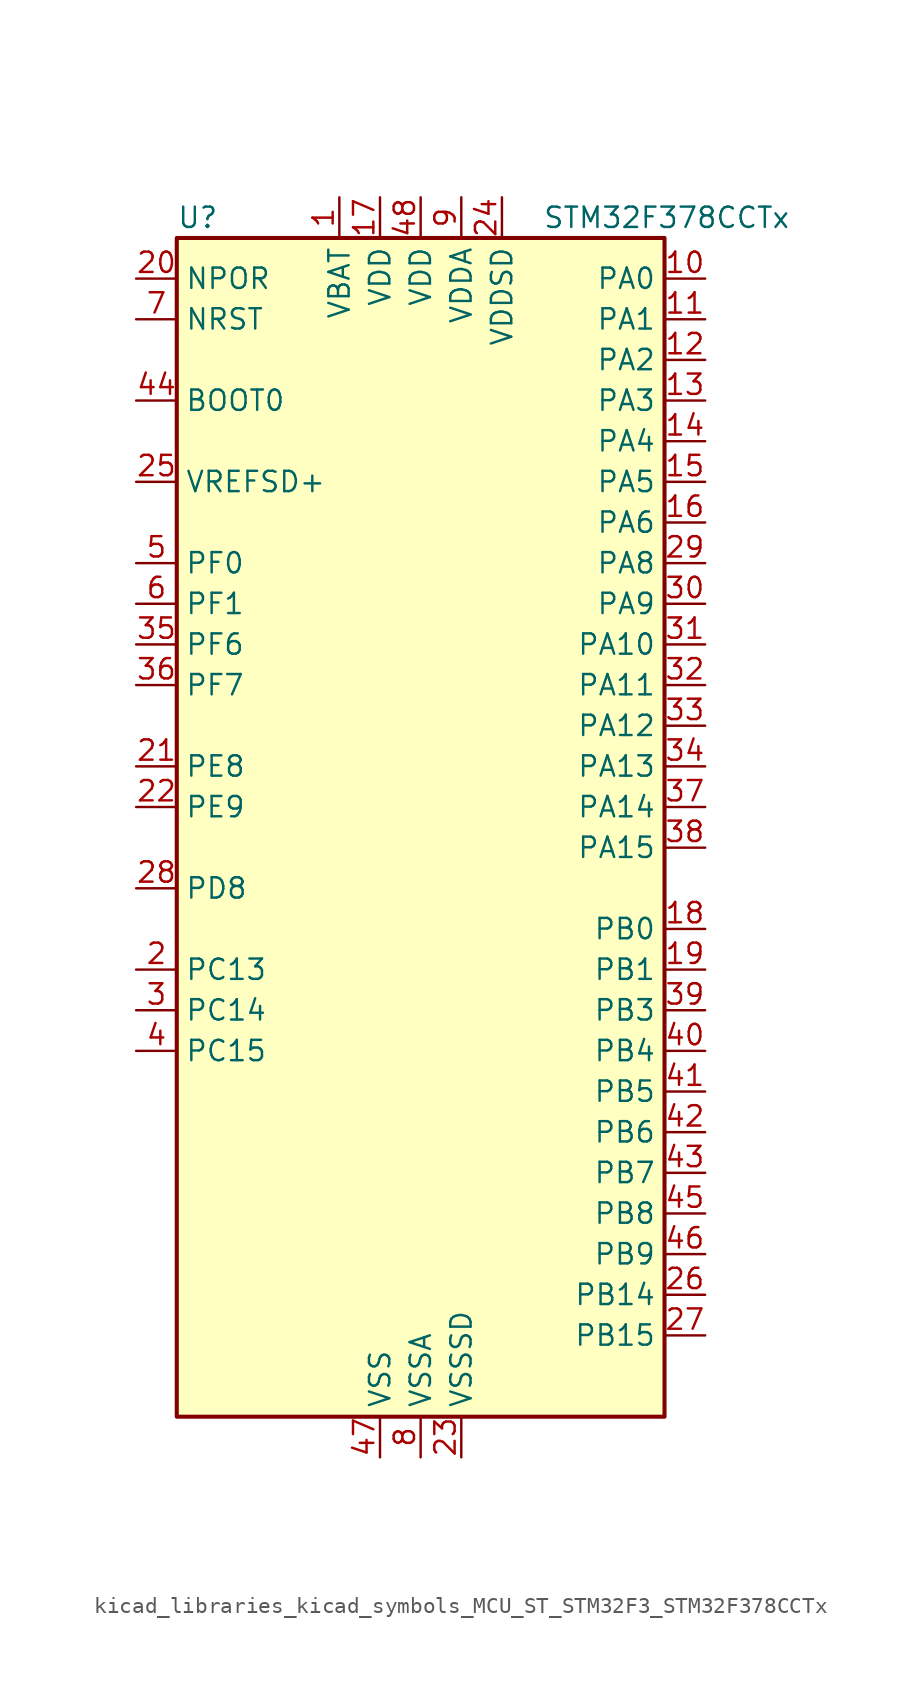
<source format=kicad_sym>
(kicad_symbol_lib
  (version 20220914)
  (generator kicad_symbol_editor)
  (symbol "kicad_libraries_kicad_symbols_MCU_ST_STM32F3_STM32F378CCTx"
    (property "Reference" "U"
      (at -15.24 39.37 0)
      (effects (font (size 1.27 1.27)) (justify left)))
    (property "Value" "STM32F378CCTx"
      (at 7.62 39.37 0)
      (effects (font (size 1.27 1.27)) (justify left)))
    (property "ki_locked" ""
      (at 0 0 0)
      (effects (font (size 1.27 1.27))))
    (symbol "kicad_libraries_kicad_symbols_MCU_ST_STM32F3_STM32F378CCTx_0_1"
      (rectangle (start -15.24 -35.56) (end 15.24 38.1) (stroke (width 0.254) (type default)) (fill (type background))))
    (symbol "kicad_libraries_kicad_symbols_MCU_ST_STM32F3_STM32F378CCTx_1_1"
      (pin power_in line (at -5.08 40.64 270) (length 2.54) (name "VBAT" (effects (font (size 1.27 1.27)))) (number "1" (effects (font (size 1.27 1.27)))))
      (pin bidirectional line (at 17.78 35.56 180) (length 2.54) (name "PA0" (effects (font (size 1.27 1.27)))) (number "10" (effects (font (size 1.27 1.27)))) (alternate "ADC1_IN0" bidirectional line) (alternate "COMP1_INM" bidirectional line) (alternate "COMP1_OUT" bidirectional line) (alternate "RTC_TAMP2" bidirectional line) (alternate "SYS_WKUP1" bidirectional line) (alternate "TIM19_CH1" bidirectional line) (alternate "TIM2_CH1" bidirectional line) (alternate "TIM2_ETR" bidirectional line) (alternate "TIM5_CH1" bidirectional line) (alternate "TIM5_ETR" bidirectional line) (alternate "TSC_G1_IO1" bidirectional line) (alternate "USART2_CTS" bidirectional line))
      (pin bidirectional line (at 17.78 33.02 180) (length 2.54) (name "PA1" (effects (font (size 1.27 1.27)))) (number "11" (effects (font (size 1.27 1.27)))) (alternate "ADC1_IN1" bidirectional line) (alternate "COMP1_INP" bidirectional line) (alternate "I2S3_CK" bidirectional line) (alternate "RTC_REFIN" bidirectional line) (alternate "SPI3_SCK" bidirectional line) (alternate "TIM15_CH1N" bidirectional line) (alternate "TIM19_CH2" bidirectional line) (alternate "TIM2_CH2" bidirectional line) (alternate "TIM5_CH2" bidirectional line) (alternate "TSC_G1_IO2" bidirectional line) (alternate "USART2_DE" bidirectional line) (alternate "USART2_RTS" bidirectional line))
      (pin bidirectional line (at 17.78 30.48 180) (length 2.54) (name "PA2" (effects (font (size 1.27 1.27)))) (number "12" (effects (font (size 1.27 1.27)))) (alternate "ADC1_IN2" bidirectional line) (alternate "COMP2_INM" bidirectional line) (alternate "COMP2_OUT" bidirectional line) (alternate "I2S3_MCK" bidirectional line) (alternate "SPI3_MISO" bidirectional line) (alternate "TIM15_CH1" bidirectional line) (alternate "TIM19_CH3" bidirectional line) (alternate "TIM2_CH3" bidirectional line) (alternate "TIM5_CH3" bidirectional line) (alternate "TSC_G1_IO3" bidirectional line) (alternate "USART2_TX" bidirectional line))
      (pin bidirectional line (at 17.78 27.94 180) (length 2.54) (name "PA3" (effects (font (size 1.27 1.27)))) (number "13" (effects (font (size 1.27 1.27)))) (alternate "ADC1_IN3" bidirectional line) (alternate "COMP2_INP" bidirectional line) (alternate "I2S3_SD" bidirectional line) (alternate "SPI3_MOSI" bidirectional line) (alternate "TIM15_CH2" bidirectional line) (alternate "TIM19_CH4" bidirectional line) (alternate "TIM2_CH4" bidirectional line) (alternate "TIM5_CH4" bidirectional line) (alternate "TSC_G1_IO4" bidirectional line) (alternate "USART2_RX" bidirectional line))
      (pin bidirectional line (at 17.78 25.4 180) (length 2.54) (name "PA4" (effects (font (size 1.27 1.27)))) (number "14" (effects (font (size 1.27 1.27)))) (alternate "ADC1_IN4" bidirectional line) (alternate "DAC1_OUT1" bidirectional line) (alternate "I2S1_WS" bidirectional line) (alternate "I2S3_WS" bidirectional line) (alternate "SPI1_NSS" bidirectional line) (alternate "SPI3_NSS" bidirectional line) (alternate "TIM12_CH1" bidirectional line) (alternate "TIM3_CH2" bidirectional line) (alternate "TSC_G2_IO1" bidirectional line) (alternate "USART2_CK" bidirectional line))
      (pin bidirectional line (at 17.78 22.86 180) (length 2.54) (name "PA5" (effects (font (size 1.27 1.27)))) (number "15" (effects (font (size 1.27 1.27)))) (alternate "ADC1_IN5" bidirectional line) (alternate "CEC" bidirectional line) (alternate "DAC1_OUT2" bidirectional line) (alternate "I2S1_CK" bidirectional line) (alternate "SPI1_SCK" bidirectional line) (alternate "TIM12_CH2" bidirectional line) (alternate "TIM14_CH1" bidirectional line) (alternate "TIM2_CH1" bidirectional line) (alternate "TIM2_ETR" bidirectional line) (alternate "TSC_G2_IO2" bidirectional line))
      (pin bidirectional line (at 17.78 20.32 180) (length 2.54) (name "PA6" (effects (font (size 1.27 1.27)))) (number "16" (effects (font (size 1.27 1.27)))) (alternate "ADC1_IN6" bidirectional line) (alternate "COMP1_OUT" bidirectional line) (alternate "DAC2_OUT1" bidirectional line) (alternate "I2S1_MCK" bidirectional line) (alternate "SPI1_MISO" bidirectional line) (alternate "TIM13_CH1" bidirectional line) (alternate "TIM16_CH1" bidirectional line) (alternate "TIM3_CH1" bidirectional line) (alternate "TSC_G2_IO3" bidirectional line))
      (pin power_in line (at -2.54 40.64 270) (length 2.54) (name "VDD" (effects (font (size 1.27 1.27)))) (number "17" (effects (font (size 1.27 1.27)))))
      (pin bidirectional line (at 17.78 -5.08 180) (length 2.54) (name "PB0" (effects (font (size 1.27 1.27)))) (number "18" (effects (font (size 1.27 1.27)))) (alternate "ADC1_IN8" bidirectional line) (alternate "I2S1_SD" bidirectional line) (alternate "SDADC1_AIN6P" bidirectional line) (alternate "SPI1_MOSI" bidirectional line) (alternate "TIM3_CH2" bidirectional line) (alternate "TIM3_CH3" bidirectional line) (alternate "TSC_G3_IO3" bidirectional line))
      (pin bidirectional line (at 17.78 -7.62 180) (length 2.54) (name "PB1" (effects (font (size 1.27 1.27)))) (number "19" (effects (font (size 1.27 1.27)))) (alternate "ADC1_IN9" bidirectional line) (alternate "SDADC1_AIN5P" bidirectional line) (alternate "SDADC1_AIN6M" bidirectional line) (alternate "TIM3_CH4" bidirectional line) (alternate "TSC_G3_IO4" bidirectional line))
      (pin bidirectional line (at -17.78 -7.62 0) (length 2.54) (name "PC13" (effects (font (size 1.27 1.27)))) (number "2" (effects (font (size 1.27 1.27)))) (alternate "RTC_OUT_ALARM" bidirectional line) (alternate "RTC_OUT_CALIB" bidirectional line) (alternate "RTC_TAMP1" bidirectional line) (alternate "RTC_TS" bidirectional line) (alternate "SYS_WKUP2" bidirectional line))
      (pin input line (at -17.78 35.56 0) (length 2.54) (name "NPOR" (effects (font (size 1.27 1.27)))) (number "20" (effects (font (size 1.27 1.27)))))
      (pin bidirectional line (at -17.78 5.08 0) (length 2.54) (name "PE8" (effects (font (size 1.27 1.27)))) (number "21" (effects (font (size 1.27 1.27)))) (alternate "SDADC1_AIN8P" bidirectional line) (alternate "SDADC2_AIN8P" bidirectional line))
      (pin bidirectional line (at -17.78 2.54 0) (length 2.54) (name "PE9" (effects (font (size 1.27 1.27)))) (number "22" (effects (font (size 1.27 1.27)))) (alternate "DAC1_EXTI9" bidirectional line) (alternate "DAC2_EXTI9" bidirectional line) (alternate "SDADC1_AIN7P" bidirectional line) (alternate "SDADC1_AIN8M" bidirectional line) (alternate "SDADC2_AIN7P" bidirectional line) (alternate "SDADC2_AIN8M" bidirectional line))
      (pin power_in line (at 2.54 -38.1 90) (length 2.54) (name "VSSSD" (effects (font (size 1.27 1.27)))) (number "23" (effects (font (size 1.27 1.27)))))
      (pin power_in line (at 5.08 40.64 270) (length 2.54) (name "VDDSD" (effects (font (size 1.27 1.27)))) (number "24" (effects (font (size 1.27 1.27)))))
      (pin input line (at -17.78 22.86 0) (length 2.54) (name "VREFSD+" (effects (font (size 1.27 1.27)))) (number "25" (effects (font (size 1.27 1.27)))))
      (pin bidirectional line (at 17.78 -27.94 180) (length 2.54) (name "PB14" (effects (font (size 1.27 1.27)))) (number "26" (effects (font (size 1.27 1.27)))) (alternate "I2S2_MCK" bidirectional line) (alternate "SDADC3_AIN8P" bidirectional line) (alternate "SPI2_MISO" bidirectional line) (alternate "TIM12_CH1" bidirectional line) (alternate "TIM15_CH1" bidirectional line) (alternate "TSC_G6_IO1" bidirectional line) (alternate "USART3_DE" bidirectional line) (alternate "USART3_RTS" bidirectional line))
      (pin bidirectional line (at 17.78 -30.48 180) (length 2.54) (name "PB15" (effects (font (size 1.27 1.27)))) (number "27" (effects (font (size 1.27 1.27)))) (alternate "ADC1_EXTI15" bidirectional line) (alternate "I2S2_SD" bidirectional line) (alternate "RTC_REFIN" bidirectional line) (alternate "SDADC1_EXTI15" bidirectional line) (alternate "SDADC2_EXTI15" bidirectional line) (alternate "SDADC3_AIN7P" bidirectional line) (alternate "SDADC3_AIN8M" bidirectional line) (alternate "SDADC3_EXTI15" bidirectional line) (alternate "SPI2_MOSI" bidirectional line) (alternate "TIM12_CH2" bidirectional line) (alternate "TIM15_CH1N" bidirectional line) (alternate "TIM15_CH2" bidirectional line) (alternate "TSC_G6_IO2" bidirectional line))
      (pin bidirectional line (at -17.78 -2.54 0) (length 2.54) (name "PD8" (effects (font (size 1.27 1.27)))) (number "28" (effects (font (size 1.27 1.27)))) (alternate "I2S2_CK" bidirectional line) (alternate "SDADC3_AIN6P" bidirectional line) (alternate "SPI2_SCK" bidirectional line) (alternate "TSC_G6_IO3" bidirectional line) (alternate "USART3_TX" bidirectional line))
      (pin bidirectional line (at 17.78 17.78 180) (length 2.54) (name "PA8" (effects (font (size 1.27 1.27)))) (number "29" (effects (font (size 1.27 1.27)))) (alternate "I2C2_SMBA" bidirectional line) (alternate "I2S2_CK" bidirectional line) (alternate "RCC_MCO" bidirectional line) (alternate "SPI2_SCK" bidirectional line) (alternate "TIM4_ETR" bidirectional line) (alternate "TIM5_CH1" bidirectional line) (alternate "TIM5_ETR" bidirectional line) (alternate "USART1_CK" bidirectional line))
      (pin bidirectional line (at -17.78 -10.16 0) (length 2.54) (name "PC14" (effects (font (size 1.27 1.27)))) (number "3" (effects (font (size 1.27 1.27)))) (alternate "RCC_OSC32_IN" bidirectional line))
      (pin bidirectional line (at 17.78 15.24 180) (length 2.54) (name "PA9" (effects (font (size 1.27 1.27)))) (number "30" (effects (font (size 1.27 1.27)))) (alternate "DAC1_EXTI9" bidirectional line) (alternate "DAC2_EXTI9" bidirectional line) (alternate "I2C2_SCL" bidirectional line) (alternate "I2S2_MCK" bidirectional line) (alternate "SPI2_MISO" bidirectional line) (alternate "TIM13_CH1" bidirectional line) (alternate "TIM15_BKIN" bidirectional line) (alternate "TIM2_CH3" bidirectional line) (alternate "TSC_G4_IO1" bidirectional line) (alternate "USART1_TX" bidirectional line))
      (pin bidirectional line (at 17.78 12.7 180) (length 2.54) (name "PA10" (effects (font (size 1.27 1.27)))) (number "31" (effects (font (size 1.27 1.27)))) (alternate "I2C2_SDA" bidirectional line) (alternate "I2S2_SD" bidirectional line) (alternate "SPI2_MOSI" bidirectional line) (alternate "TIM14_CH1" bidirectional line) (alternate "TIM17_BKIN" bidirectional line) (alternate "TIM2_CH4" bidirectional line) (alternate "TSC_G4_IO2" bidirectional line) (alternate "USART1_RX" bidirectional line))
      (pin bidirectional line (at 17.78 10.16 180) (length 2.54) (name "PA11" (effects (font (size 1.27 1.27)))) (number "32" (effects (font (size 1.27 1.27)))) (alternate "ADC1_EXTI11" bidirectional line) (alternate "CAN_RX" bidirectional line) (alternate "COMP1_OUT" bidirectional line) (alternate "I2S1_WS" bidirectional line) (alternate "I2S2_WS" bidirectional line) (alternate "SDADC1_EXTI11" bidirectional line) (alternate "SDADC2_EXTI11" bidirectional line) (alternate "SDADC3_EXTI11" bidirectional line) (alternate "SPI1_NSS" bidirectional line) (alternate "SPI2_NSS" bidirectional line) (alternate "TIM4_CH1" bidirectional line) (alternate "TIM5_CH2" bidirectional line) (alternate "USART1_CTS" bidirectional line))
      (pin bidirectional line (at 17.78 7.62 180) (length 2.54) (name "PA12" (effects (font (size 1.27 1.27)))) (number "33" (effects (font (size 1.27 1.27)))) (alternate "CAN_TX" bidirectional line) (alternate "COMP2_OUT" bidirectional line) (alternate "I2S1_CK" bidirectional line) (alternate "SPI1_SCK" bidirectional line) (alternate "TIM16_CH1" bidirectional line) (alternate "TIM4_CH2" bidirectional line) (alternate "TIM5_CH3" bidirectional line) (alternate "USART1_DE" bidirectional line) (alternate "USART1_RTS" bidirectional line))
      (pin bidirectional line (at 17.78 5.08 180) (length 2.54) (name "PA13" (effects (font (size 1.27 1.27)))) (number "34" (effects (font (size 1.27 1.27)))) (alternate "I2S1_MCK" bidirectional line) (alternate "IR_OUT" bidirectional line) (alternate "SPI1_MISO" bidirectional line) (alternate "SYS_JTMS-SWDIO" bidirectional line) (alternate "TIM16_CH1N" bidirectional line) (alternate "TIM4_CH3" bidirectional line) (alternate "TIM5_CH4" bidirectional line) (alternate "TSC_G4_IO3" bidirectional line) (alternate "USART3_CTS" bidirectional line))
      (pin bidirectional line (at -17.78 12.7 0) (length 2.54) (name "PF6" (effects (font (size 1.27 1.27)))) (number "35" (effects (font (size 1.27 1.27)))) (alternate "I2C2_SCL" bidirectional line) (alternate "I2S1_SD" bidirectional line) (alternate "SPI1_MOSI" bidirectional line) (alternate "TIM4_CH4" bidirectional line) (alternate "USART3_DE" bidirectional line) (alternate "USART3_RTS" bidirectional line))
      (pin bidirectional line (at -17.78 10.16 0) (length 2.54) (name "PF7" (effects (font (size 1.27 1.27)))) (number "36" (effects (font (size 1.27 1.27)))) (alternate "I2C2_SDA" bidirectional line) (alternate "USART2_CK" bidirectional line))
      (pin bidirectional line (at 17.78 2.54 180) (length 2.54) (name "PA14" (effects (font (size 1.27 1.27)))) (number "37" (effects (font (size 1.27 1.27)))) (alternate "I2C1_SDA" bidirectional line) (alternate "SYS_JTCK-SWCLK" bidirectional line) (alternate "TIM12_CH1" bidirectional line) (alternate "TSC_G4_IO4" bidirectional line))
      (pin bidirectional line (at 17.78 0 180) (length 2.54) (name "PA15" (effects (font (size 1.27 1.27)))) (number "38" (effects (font (size 1.27 1.27)))) (alternate "ADC1_EXTI15" bidirectional line) (alternate "I2C1_SCL" bidirectional line) (alternate "I2S1_WS" bidirectional line) (alternate "I2S3_WS" bidirectional line) (alternate "SDADC1_EXTI15" bidirectional line) (alternate "SDADC2_EXTI15" bidirectional line) (alternate "SDADC3_EXTI15" bidirectional line) (alternate "SPI1_NSS" bidirectional line) (alternate "SPI3_NSS" bidirectional line) (alternate "SYS_JTDI" bidirectional line) (alternate "TIM12_CH2" bidirectional line) (alternate "TIM2_CH1" bidirectional line) (alternate "TIM2_ETR" bidirectional line) (alternate "TSC_SYNC" bidirectional line))
      (pin bidirectional line (at 17.78 -10.16 180) (length 2.54) (name "PB3" (effects (font (size 1.27 1.27)))) (number "39" (effects (font (size 1.27 1.27)))) (alternate "I2S1_CK" bidirectional line) (alternate "I2S3_CK" bidirectional line) (alternate "SPI1_SCK" bidirectional line) (alternate "SPI3_SCK" bidirectional line) (alternate "SYS_JTDO-TRACESWO" bidirectional line) (alternate "TIM13_CH1" bidirectional line) (alternate "TIM2_CH2" bidirectional line) (alternate "TIM3_ETR" bidirectional line) (alternate "TIM4_ETR" bidirectional line) (alternate "TSC_G5_IO1" bidirectional line) (alternate "USART2_TX" bidirectional line))
      (pin bidirectional line (at -17.78 -12.7 0) (length 2.54) (name "PC15" (effects (font (size 1.27 1.27)))) (number "4" (effects (font (size 1.27 1.27)))) (alternate "ADC1_EXTI15" bidirectional line) (alternate "RCC_OSC32_OUT" bidirectional line) (alternate "SDADC1_EXTI15" bidirectional line) (alternate "SDADC2_EXTI15" bidirectional line) (alternate "SDADC3_EXTI15" bidirectional line))
      (pin bidirectional line (at 17.78 -12.7 180) (length 2.54) (name "PB4" (effects (font (size 1.27 1.27)))) (number "40" (effects (font (size 1.27 1.27)))) (alternate "I2S1_MCK" bidirectional line) (alternate "I2S3_MCK" bidirectional line) (alternate "SPI1_MISO" bidirectional line) (alternate "SPI3_MISO" bidirectional line) (alternate "SYS_NJTRST" bidirectional line) (alternate "TIM15_CH1N" bidirectional line) (alternate "TIM16_CH1" bidirectional line) (alternate "TIM17_BKIN" bidirectional line) (alternate "TIM3_CH1" bidirectional line) (alternate "TSC_G5_IO2" bidirectional line) (alternate "USART2_RX" bidirectional line))
      (pin bidirectional line (at 17.78 -15.24 180) (length 2.54) (name "PB5" (effects (font (size 1.27 1.27)))) (number "41" (effects (font (size 1.27 1.27)))) (alternate "I2C1_SMBA" bidirectional line) (alternate "I2S1_SD" bidirectional line) (alternate "I2S3_SD" bidirectional line) (alternate "SPI1_MOSI" bidirectional line) (alternate "SPI3_MOSI" bidirectional line) (alternate "TIM16_BKIN" bidirectional line) (alternate "TIM17_CH1" bidirectional line) (alternate "TIM19_ETR" bidirectional line) (alternate "TIM3_CH2" bidirectional line) (alternate "USART2_CK" bidirectional line))
      (pin bidirectional line (at 17.78 -17.78 180) (length 2.54) (name "PB6" (effects (font (size 1.27 1.27)))) (number "42" (effects (font (size 1.27 1.27)))) (alternate "I2C1_SCL" bidirectional line) (alternate "TIM15_CH1" bidirectional line) (alternate "TIM16_CH1N" bidirectional line) (alternate "TIM19_CH1" bidirectional line) (alternate "TIM3_CH3" bidirectional line) (alternate "TIM4_CH1" bidirectional line) (alternate "TSC_G5_IO3" bidirectional line) (alternate "USART1_TX" bidirectional line))
      (pin bidirectional line (at 17.78 -20.32 180) (length 2.54) (name "PB7" (effects (font (size 1.27 1.27)))) (number "43" (effects (font (size 1.27 1.27)))) (alternate "I2C1_SDA" bidirectional line) (alternate "TIM15_CH2" bidirectional line) (alternate "TIM17_CH1N" bidirectional line) (alternate "TIM19_CH2" bidirectional line) (alternate "TIM3_CH4" bidirectional line) (alternate "TIM4_CH2" bidirectional line) (alternate "TSC_G5_IO4" bidirectional line) (alternate "USART1_RX" bidirectional line))
      (pin input line (at -17.78 27.94 0) (length 2.54) (name "BOOT0" (effects (font (size 1.27 1.27)))) (number "44" (effects (font (size 1.27 1.27)))))
      (pin bidirectional line (at 17.78 -22.86 180) (length 2.54) (name "PB8" (effects (font (size 1.27 1.27)))) (number "45" (effects (font (size 1.27 1.27)))) (alternate "CAN_RX" bidirectional line) (alternate "CEC" bidirectional line) (alternate "COMP1_OUT" bidirectional line) (alternate "I2C1_SCL" bidirectional line) (alternate "I2S2_CK" bidirectional line) (alternate "SPI2_SCK" bidirectional line) (alternate "TIM16_CH1" bidirectional line) (alternate "TIM19_CH3" bidirectional line) (alternate "TIM4_CH3" bidirectional line) (alternate "TSC_SYNC" bidirectional line) (alternate "USART3_TX" bidirectional line))
      (pin bidirectional line (at 17.78 -25.4 180) (length 2.54) (name "PB9" (effects (font (size 1.27 1.27)))) (number "46" (effects (font (size 1.27 1.27)))) (alternate "CAN_TX" bidirectional line) (alternate "COMP2_OUT" bidirectional line) (alternate "DAC1_EXTI9" bidirectional line) (alternate "DAC2_EXTI9" bidirectional line) (alternate "I2C1_SDA" bidirectional line) (alternate "I2S2_WS" bidirectional line) (alternate "IR_OUT" bidirectional line) (alternate "SPI2_NSS" bidirectional line) (alternate "TIM17_CH1" bidirectional line) (alternate "TIM19_CH4" bidirectional line) (alternate "TIM4_CH4" bidirectional line) (alternate "USART3_RX" bidirectional line))
      (pin power_in line (at -2.54 -38.1 90) (length 2.54) (name "VSS" (effects (font (size 1.27 1.27)))) (number "47" (effects (font (size 1.27 1.27)))))
      (pin power_in line (at 0 40.64 270) (length 2.54) (name "VDD" (effects (font (size 1.27 1.27)))) (number "48" (effects (font (size 1.27 1.27)))))
      (pin bidirectional line (at -17.78 17.78 0) (length 2.54) (name "PF0" (effects (font (size 1.27 1.27)))) (number "5" (effects (font (size 1.27 1.27)))) (alternate "I2C2_SDA" bidirectional line) (alternate "RCC_OSC_IN" bidirectional line))
      (pin bidirectional line (at -17.78 15.24 0) (length 2.54) (name "PF1" (effects (font (size 1.27 1.27)))) (number "6" (effects (font (size 1.27 1.27)))) (alternate "I2C2_SCL" bidirectional line) (alternate "RCC_OSC_OUT" bidirectional line))
      (pin input line (at -17.78 33.02 0) (length 2.54) (name "NRST" (effects (font (size 1.27 1.27)))) (number "7" (effects (font (size 1.27 1.27)))))
      (pin power_in line (at 0 -38.1 90) (length 2.54) (name "VSSA" (effects (font (size 1.27 1.27)))) (number "8" (effects (font (size 1.27 1.27)))))
      (pin power_in line (at 2.54 40.64 270) (length 2.54) (name "VDDA" (effects (font (size 1.27 1.27)))) (number "9" (effects (font (size 1.27 1.27))))))))
</source>
